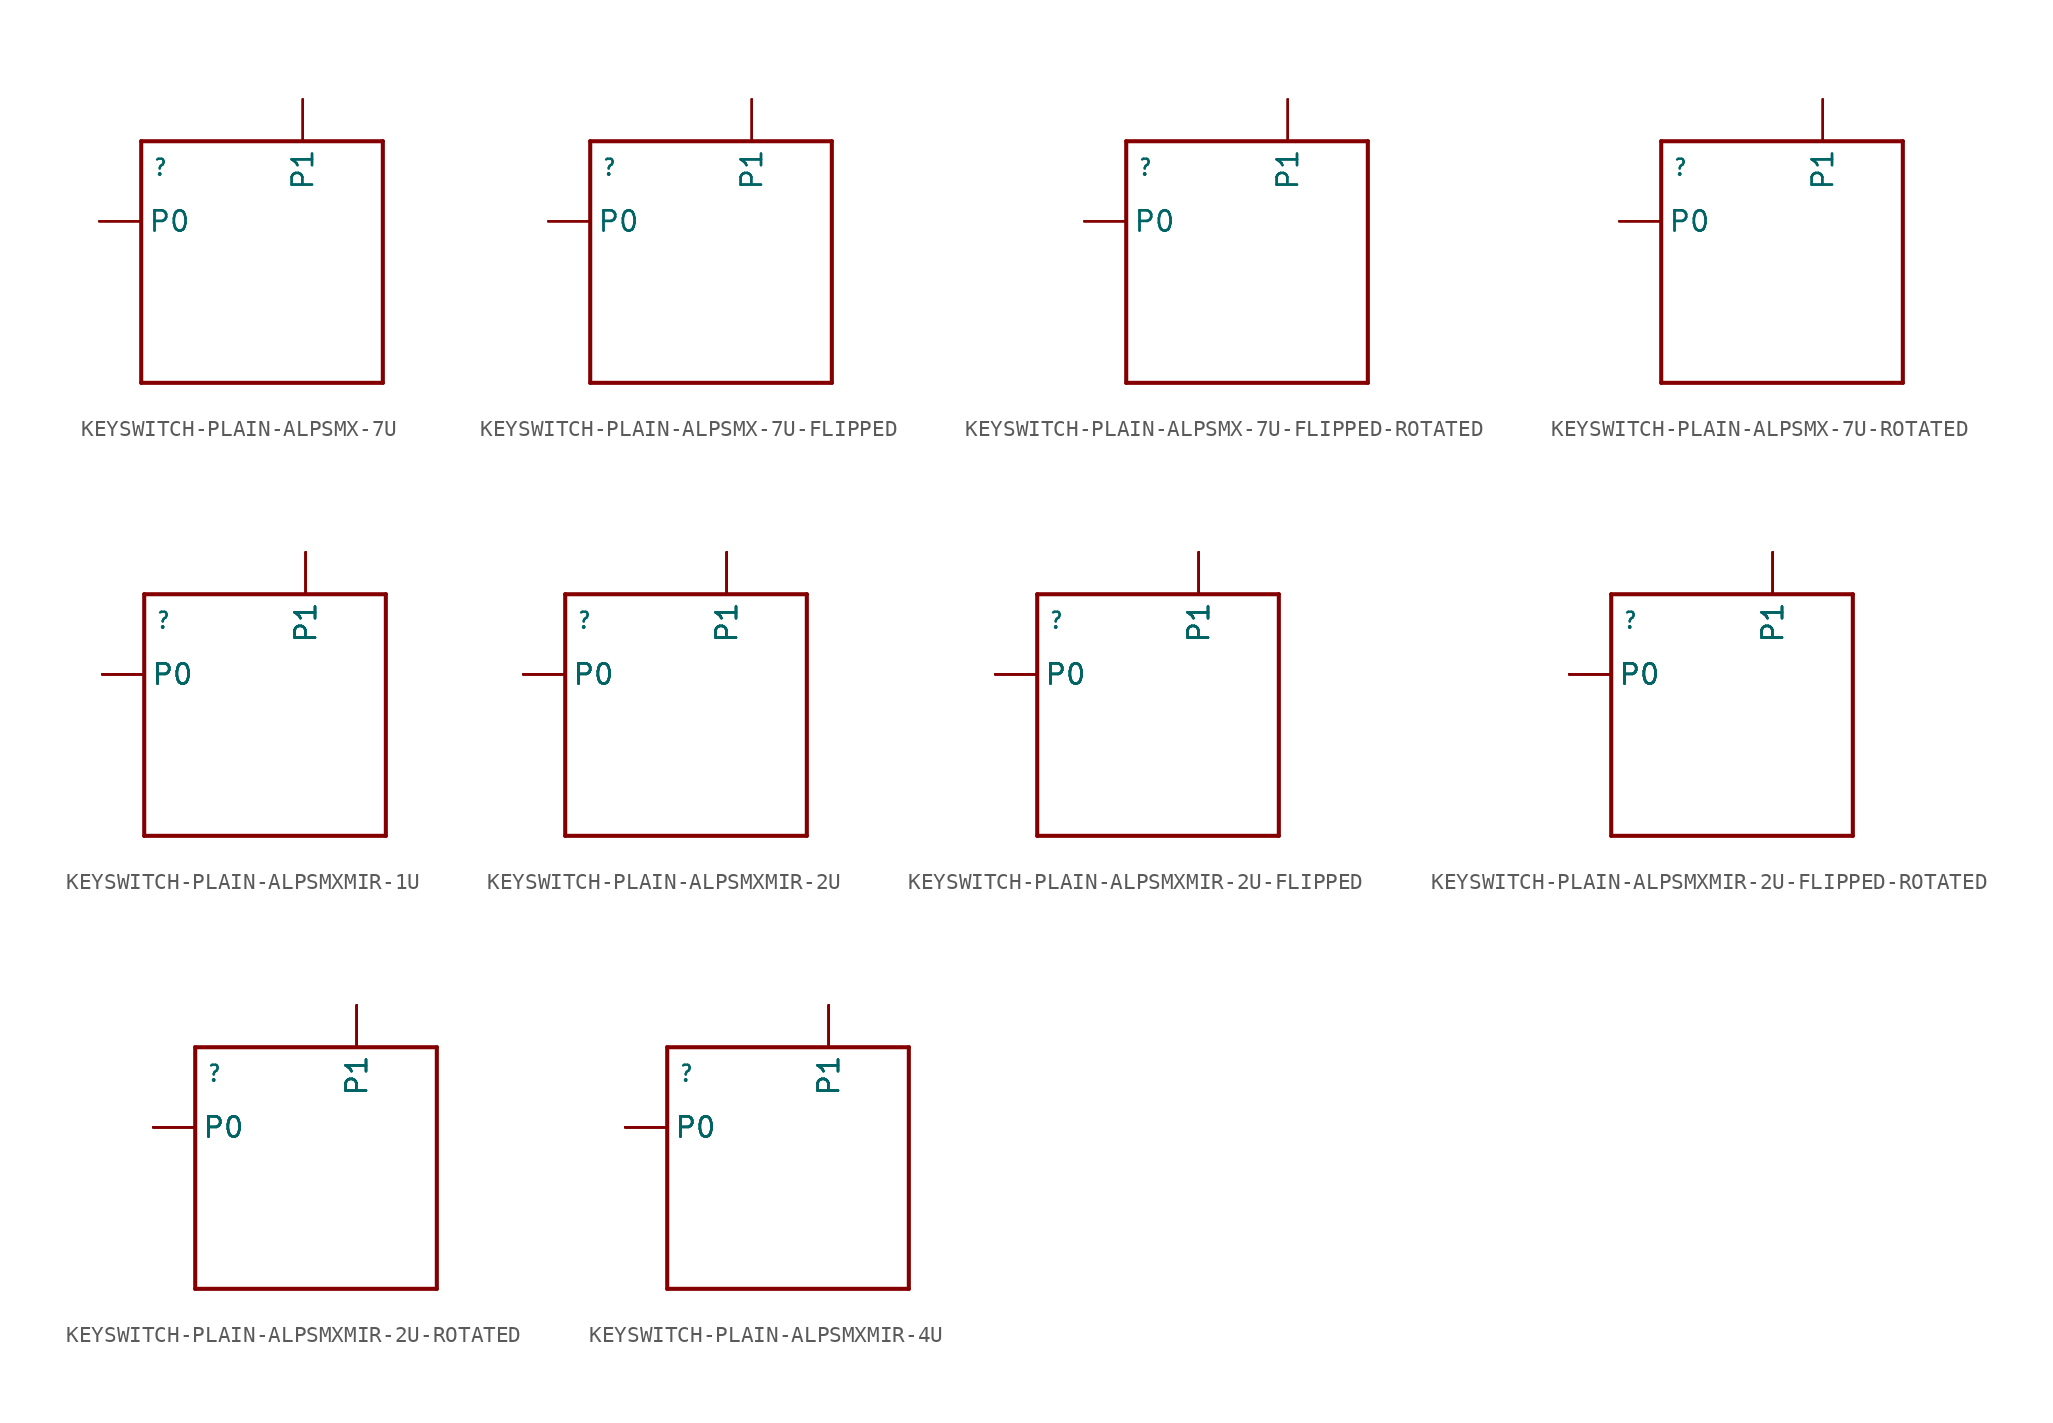
<source format=kicad_sym>
(kicad_symbol_lib
  (version 20211014)
  (generator kicad_symbol_editor)
  (symbol "KEYSWITCH-PLAIN-ALPSMX-7U"
    (property "Reference" ""
      (at -6.81 5.318 0)
      (effects (font (size 1 0.85)) (justify left bottom)))
    (property "ki_locked" ""
      (at 0 0 0)
      (effects (font (size 1.27 1.27))))
    (symbol "KEYSWITCH-PLAIN-ALPSMX-7U_1_0"
      (polyline (pts (xy -7.54 -7.54) (xy -7.54 7.54)) (stroke (width 0.254) (type default) (color 0 0 0 0)) (fill (type none)))
      (polyline (pts (xy -7.54 7.54) (xy 7.54 7.54)) (stroke (width 0.254) (type default) (color 0 0 0 0)) (fill (type none)))
      (polyline (pts (xy 7.54 -7.54) (xy -7.54 -7.54)) (stroke (width 0.254) (type default) (color 0 0 0 0)) (fill (type none)))
      (polyline (pts (xy 7.54 7.54) (xy 7.54 -7.54)) (stroke (width 0.254) (type default) (color 0 0 0 0)) (fill (type none)))
      (pin bidirectional line (at -10.16 2.54 0) (length 2.54) (name "P0" (effects (font (size 1.27 1.27)))) (number "ALPS1" (effects (font (size 0 0)))))
      (pin bidirectional line (at 2.54 10.16 270) (length 2.54) (name "P1" (effects (font (size 1.27 1.27)))) (number "ALPS2" (effects (font (size 0 0)))))
      (pin bidirectional line (at -10.16 2.54 0) (length 2.54) (name "P0" (effects (font (size 1.27 1.27)))) (number "MX1" (effects (font (size 0 0)))))
      (pin bidirectional line (at 2.54 10.16 270) (length 2.54) (name "P1" (effects (font (size 1.27 1.27)))) (number "MX2" (effects (font (size 0 0)))))))
  (symbol "KEYSWITCH-PLAIN-ALPSMX-7U-FLIPPED"
    (property "Reference" ""
      (at -6.81 5.318 0)
      (effects (font (size 1 0.85)) (justify left bottom)))
    (property "ki_locked" ""
      (at 0 0 0)
      (effects (font (size 1.27 1.27))))
    (symbol "KEYSWITCH-PLAIN-ALPSMX-7U-FLIPPED_1_0"
      (polyline (pts (xy -7.54 -7.54) (xy -7.54 7.54)) (stroke (width 0.254) (type default) (color 0 0 0 0)) (fill (type none)))
      (polyline (pts (xy -7.54 7.54) (xy 7.54 7.54)) (stroke (width 0.254) (type default) (color 0 0 0 0)) (fill (type none)))
      (polyline (pts (xy 7.54 -7.54) (xy -7.54 -7.54)) (stroke (width 0.254) (type default) (color 0 0 0 0)) (fill (type none)))
      (polyline (pts (xy 7.54 7.54) (xy 7.54 -7.54)) (stroke (width 0.254) (type default) (color 0 0 0 0)) (fill (type none)))
      (pin bidirectional line (at -10.16 2.54 0) (length 2.54) (name "P0" (effects (font (size 1.27 1.27)))) (number "ALPS1" (effects (font (size 0 0)))))
      (pin bidirectional line (at 2.54 10.16 270) (length 2.54) (name "P1" (effects (font (size 1.27 1.27)))) (number "ALPS2" (effects (font (size 0 0)))))
      (pin bidirectional line (at -10.16 2.54 0) (length 2.54) (name "P0" (effects (font (size 1.27 1.27)))) (number "MX1" (effects (font (size 0 0)))))
      (pin bidirectional line (at 2.54 10.16 270) (length 2.54) (name "P1" (effects (font (size 1.27 1.27)))) (number "MX2" (effects (font (size 0 0)))))))
  (symbol "KEYSWITCH-PLAIN-ALPSMX-7U-FLIPPED-ROTATED"
    (property "Reference" ""
      (at -6.81 5.318 0)
      (effects (font (size 1 0.85)) (justify left bottom)))
    (property "ki_locked" ""
      (at 0 0 0)
      (effects (font (size 1.27 1.27))))
    (symbol "KEYSWITCH-PLAIN-ALPSMX-7U-FLIPPED-ROTATED_1_0"
      (polyline (pts (xy -7.54 -7.54) (xy -7.54 7.54)) (stroke (width 0.254) (type default) (color 0 0 0 0)) (fill (type none)))
      (polyline (pts (xy -7.54 7.54) (xy 7.54 7.54)) (stroke (width 0.254) (type default) (color 0 0 0 0)) (fill (type none)))
      (polyline (pts (xy 7.54 -7.54) (xy -7.54 -7.54)) (stroke (width 0.254) (type default) (color 0 0 0 0)) (fill (type none)))
      (polyline (pts (xy 7.54 7.54) (xy 7.54 -7.54)) (stroke (width 0.254) (type default) (color 0 0 0 0)) (fill (type none)))
      (pin bidirectional line (at -10.16 2.54 0) (length 2.54) (name "P0" (effects (font (size 1.27 1.27)))) (number "ALPS1" (effects (font (size 0 0)))))
      (pin bidirectional line (at 2.54 10.16 270) (length 2.54) (name "P1" (effects (font (size 1.27 1.27)))) (number "ALPS2" (effects (font (size 0 0)))))
      (pin bidirectional line (at -10.16 2.54 0) (length 2.54) (name "P0" (effects (font (size 1.27 1.27)))) (number "MX1" (effects (font (size 0 0)))))
      (pin bidirectional line (at 2.54 10.16 270) (length 2.54) (name "P1" (effects (font (size 1.27 1.27)))) (number "MX2" (effects (font (size 0 0)))))))
  (symbol "KEYSWITCH-PLAIN-ALPSMX-7U-ROTATED"
    (property "Reference" ""
      (at -6.81 5.318 0)
      (effects (font (size 1 0.85)) (justify left bottom)))
    (property "ki_locked" ""
      (at 0 0 0)
      (effects (font (size 1.27 1.27))))
    (symbol "KEYSWITCH-PLAIN-ALPSMX-7U-ROTATED_1_0"
      (polyline (pts (xy -7.54 -7.54) (xy -7.54 7.54)) (stroke (width 0.254) (type default) (color 0 0 0 0)) (fill (type none)))
      (polyline (pts (xy -7.54 7.54) (xy 7.54 7.54)) (stroke (width 0.254) (type default) (color 0 0 0 0)) (fill (type none)))
      (polyline (pts (xy 7.54 -7.54) (xy -7.54 -7.54)) (stroke (width 0.254) (type default) (color 0 0 0 0)) (fill (type none)))
      (polyline (pts (xy 7.54 7.54) (xy 7.54 -7.54)) (stroke (width 0.254) (type default) (color 0 0 0 0)) (fill (type none)))
      (pin bidirectional line (at -10.16 2.54 0) (length 2.54) (name "P0" (effects (font (size 1.27 1.27)))) (number "ALPS1" (effects (font (size 0 0)))))
      (pin bidirectional line (at 2.54 10.16 270) (length 2.54) (name "P1" (effects (font (size 1.27 1.27)))) (number "ALPS2" (effects (font (size 0 0)))))
      (pin bidirectional line (at -10.16 2.54 0) (length 2.54) (name "P0" (effects (font (size 1.27 1.27)))) (number "MX1" (effects (font (size 0 0)))))
      (pin bidirectional line (at 2.54 10.16 270) (length 2.54) (name "P1" (effects (font (size 1.27 1.27)))) (number "MX2" (effects (font (size 0 0)))))))
  (symbol "KEYSWITCH-PLAIN-ALPSMXMIR-1U"
    (property "Reference" ""
      (at -6.81 5.318 0)
      (effects (font (size 1 0.85)) (justify left bottom)))
    (property "ki_locked" ""
      (at 0 0 0)
      (effects (font (size 1.27 1.27))))
    (symbol "KEYSWITCH-PLAIN-ALPSMXMIR-1U_1_0"
      (polyline (pts (xy -7.54 -7.54) (xy -7.54 7.54)) (stroke (width 0.254) (type default) (color 0 0 0 0)) (fill (type none)))
      (polyline (pts (xy -7.54 7.54) (xy 7.54 7.54)) (stroke (width 0.254) (type default) (color 0 0 0 0)) (fill (type none)))
      (polyline (pts (xy 7.54 -7.54) (xy -7.54 -7.54)) (stroke (width 0.254) (type default) (color 0 0 0 0)) (fill (type none)))
      (polyline (pts (xy 7.54 7.54) (xy 7.54 -7.54)) (stroke (width 0.254) (type default) (color 0 0 0 0)) (fill (type none)))
      (pin bidirectional line (at -10.16 2.54 0) (length 2.54) (name "P0" (effects (font (size 1.27 1.27)))) (number "ALPS1" (effects (font (size 0 0)))))
      (pin bidirectional line (at 2.54 10.16 270) (length 2.54) (name "P1" (effects (font (size 1.27 1.27)))) (number "ALPS2" (effects (font (size 0 0)))))
      (pin bidirectional line (at -10.16 2.54 0) (length 2.54) (name "P0" (effects (font (size 1.27 1.27)))) (number "ALPS3" (effects (font (size 0 0)))))
      (pin bidirectional line (at 2.54 10.16 270) (length 2.54) (name "P1" (effects (font (size 1.27 1.27)))) (number "ALPS4" (effects (font (size 0 0)))))
      (pin bidirectional line (at -10.16 2.54 0) (length 2.54) (name "P0" (effects (font (size 1.27 1.27)))) (number "MX1" (effects (font (size 0 0)))))
      (pin bidirectional line (at 2.54 10.16 270) (length 2.54) (name "P1" (effects (font (size 1.27 1.27)))) (number "MX2" (effects (font (size 0 0)))))
      (pin bidirectional line (at -10.16 2.54 0) (length 2.54) (name "P0" (effects (font (size 1.27 1.27)))) (number "MX3" (effects (font (size 0 0)))))
      (pin bidirectional line (at 2.54 10.16 270) (length 2.54) (name "P1" (effects (font (size 1.27 1.27)))) (number "MX4" (effects (font (size 0 0)))))))
  (symbol "KEYSWITCH-PLAIN-ALPSMXMIR-2U"
    (property "Reference" ""
      (at -6.81 5.318 0)
      (effects (font (size 1 0.85)) (justify left bottom)))
    (property "ki_locked" ""
      (at 0 0 0)
      (effects (font (size 1.27 1.27))))
    (symbol "KEYSWITCH-PLAIN-ALPSMXMIR-2U_1_0"
      (polyline (pts (xy -7.54 -7.54) (xy -7.54 7.54)) (stroke (width 0.254) (type default) (color 0 0 0 0)) (fill (type none)))
      (polyline (pts (xy -7.54 7.54) (xy 7.54 7.54)) (stroke (width 0.254) (type default) (color 0 0 0 0)) (fill (type none)))
      (polyline (pts (xy 7.54 -7.54) (xy -7.54 -7.54)) (stroke (width 0.254) (type default) (color 0 0 0 0)) (fill (type none)))
      (polyline (pts (xy 7.54 7.54) (xy 7.54 -7.54)) (stroke (width 0.254) (type default) (color 0 0 0 0)) (fill (type none)))
      (pin bidirectional line (at -10.16 2.54 0) (length 2.54) (name "P0" (effects (font (size 1.27 1.27)))) (number "ALPS1" (effects (font (size 0 0)))))
      (pin bidirectional line (at 2.54 10.16 270) (length 2.54) (name "P1" (effects (font (size 1.27 1.27)))) (number "ALPS2" (effects (font (size 0 0)))))
      (pin bidirectional line (at -10.16 2.54 0) (length 2.54) (name "P0" (effects (font (size 1.27 1.27)))) (number "ALPS3" (effects (font (size 0 0)))))
      (pin bidirectional line (at 2.54 10.16 270) (length 2.54) (name "P1" (effects (font (size 1.27 1.27)))) (number "ALPS4" (effects (font (size 0 0)))))
      (pin bidirectional line (at -10.16 2.54 0) (length 2.54) (name "P0" (effects (font (size 1.27 1.27)))) (number "MX1" (effects (font (size 0 0)))))
      (pin bidirectional line (at 2.54 10.16 270) (length 2.54) (name "P1" (effects (font (size 1.27 1.27)))) (number "MX2" (effects (font (size 0 0)))))
      (pin bidirectional line (at -10.16 2.54 0) (length 2.54) (name "P0" (effects (font (size 1.27 1.27)))) (number "MX3" (effects (font (size 0 0)))))
      (pin bidirectional line (at 2.54 10.16 270) (length 2.54) (name "P1" (effects (font (size 1.27 1.27)))) (number "MX4" (effects (font (size 0 0)))))))
  (symbol "KEYSWITCH-PLAIN-ALPSMXMIR-2U-FLIPPED"
    (property "Reference" ""
      (at -6.81 5.318 0)
      (effects (font (size 1 0.85)) (justify left bottom)))
    (property "ki_locked" ""
      (at 0 0 0)
      (effects (font (size 1.27 1.27))))
    (symbol "KEYSWITCH-PLAIN-ALPSMXMIR-2U-FLIPPED_1_0"
      (polyline (pts (xy -7.54 -7.54) (xy -7.54 7.54)) (stroke (width 0.254) (type default) (color 0 0 0 0)) (fill (type none)))
      (polyline (pts (xy -7.54 7.54) (xy 7.54 7.54)) (stroke (width 0.254) (type default) (color 0 0 0 0)) (fill (type none)))
      (polyline (pts (xy 7.54 -7.54) (xy -7.54 -7.54)) (stroke (width 0.254) (type default) (color 0 0 0 0)) (fill (type none)))
      (polyline (pts (xy 7.54 7.54) (xy 7.54 -7.54)) (stroke (width 0.254) (type default) (color 0 0 0 0)) (fill (type none)))
      (pin bidirectional line (at -10.16 2.54 0) (length 2.54) (name "P0" (effects (font (size 1.27 1.27)))) (number "ALPS1" (effects (font (size 0 0)))))
      (pin bidirectional line (at 2.54 10.16 270) (length 2.54) (name "P1" (effects (font (size 1.27 1.27)))) (number "ALPS2" (effects (font (size 0 0)))))
      (pin bidirectional line (at -10.16 2.54 0) (length 2.54) (name "P0" (effects (font (size 1.27 1.27)))) (number "ALPS3" (effects (font (size 0 0)))))
      (pin bidirectional line (at 2.54 10.16 270) (length 2.54) (name "P1" (effects (font (size 1.27 1.27)))) (number "ALPS4" (effects (font (size 0 0)))))
      (pin bidirectional line (at -10.16 2.54 0) (length 2.54) (name "P0" (effects (font (size 1.27 1.27)))) (number "MX1" (effects (font (size 0 0)))))
      (pin bidirectional line (at 2.54 10.16 270) (length 2.54) (name "P1" (effects (font (size 1.27 1.27)))) (number "MX2" (effects (font (size 0 0)))))
      (pin bidirectional line (at -10.16 2.54 0) (length 2.54) (name "P0" (effects (font (size 1.27 1.27)))) (number "MX3" (effects (font (size 0 0)))))
      (pin bidirectional line (at 2.54 10.16 270) (length 2.54) (name "P1" (effects (font (size 1.27 1.27)))) (number "MX4" (effects (font (size 0 0)))))))
  (symbol "KEYSWITCH-PLAIN-ALPSMXMIR-2U-FLIPPED-ROTATED"
    (property "Reference" ""
      (at -6.81 5.318 0)
      (effects (font (size 1 0.85)) (justify left bottom)))
    (property "ki_locked" ""
      (at 0 0 0)
      (effects (font (size 1.27 1.27))))
    (symbol "KEYSWITCH-PLAIN-ALPSMXMIR-2U-FLIPPED-ROTATED_1_0"
      (polyline (pts (xy -7.54 -7.54) (xy -7.54 7.54)) (stroke (width 0.254) (type default) (color 0 0 0 0)) (fill (type none)))
      (polyline (pts (xy -7.54 7.54) (xy 7.54 7.54)) (stroke (width 0.254) (type default) (color 0 0 0 0)) (fill (type none)))
      (polyline (pts (xy 7.54 -7.54) (xy -7.54 -7.54)) (stroke (width 0.254) (type default) (color 0 0 0 0)) (fill (type none)))
      (polyline (pts (xy 7.54 7.54) (xy 7.54 -7.54)) (stroke (width 0.254) (type default) (color 0 0 0 0)) (fill (type none)))
      (pin bidirectional line (at -10.16 2.54 0) (length 2.54) (name "P0" (effects (font (size 1.27 1.27)))) (number "ALPS1" (effects (font (size 0 0)))))
      (pin bidirectional line (at 2.54 10.16 270) (length 2.54) (name "P1" (effects (font (size 1.27 1.27)))) (number "ALPS2" (effects (font (size 0 0)))))
      (pin bidirectional line (at -10.16 2.54 0) (length 2.54) (name "P0" (effects (font (size 1.27 1.27)))) (number "ALPS3" (effects (font (size 0 0)))))
      (pin bidirectional line (at 2.54 10.16 270) (length 2.54) (name "P1" (effects (font (size 1.27 1.27)))) (number "ALPS4" (effects (font (size 0 0)))))
      (pin bidirectional line (at -10.16 2.54 0) (length 2.54) (name "P0" (effects (font (size 1.27 1.27)))) (number "MX1" (effects (font (size 0 0)))))
      (pin bidirectional line (at 2.54 10.16 270) (length 2.54) (name "P1" (effects (font (size 1.27 1.27)))) (number "MX2" (effects (font (size 0 0)))))
      (pin bidirectional line (at -10.16 2.54 0) (length 2.54) (name "P0" (effects (font (size 1.27 1.27)))) (number "MX3" (effects (font (size 0 0)))))
      (pin bidirectional line (at 2.54 10.16 270) (length 2.54) (name "P1" (effects (font (size 1.27 1.27)))) (number "MX4" (effects (font (size 0 0)))))))
  (symbol "KEYSWITCH-PLAIN-ALPSMXMIR-2U-ROTATED"
    (property "Reference" ""
      (at -6.81 5.318 0)
      (effects (font (size 1 0.85)) (justify left bottom)))
    (property "ki_locked" ""
      (at 0 0 0)
      (effects (font (size 1.27 1.27))))
    (symbol "KEYSWITCH-PLAIN-ALPSMXMIR-2U-ROTATED_1_0"
      (polyline (pts (xy -7.54 -7.54) (xy -7.54 7.54)) (stroke (width 0.254) (type default) (color 0 0 0 0)) (fill (type none)))
      (polyline (pts (xy -7.54 7.54) (xy 7.54 7.54)) (stroke (width 0.254) (type default) (color 0 0 0 0)) (fill (type none)))
      (polyline (pts (xy 7.54 -7.54) (xy -7.54 -7.54)) (stroke (width 0.254) (type default) (color 0 0 0 0)) (fill (type none)))
      (polyline (pts (xy 7.54 7.54) (xy 7.54 -7.54)) (stroke (width 0.254) (type default) (color 0 0 0 0)) (fill (type none)))
      (pin bidirectional line (at -10.16 2.54 0) (length 2.54) (name "P0" (effects (font (size 1.27 1.27)))) (number "ALPS1" (effects (font (size 0 0)))))
      (pin bidirectional line (at 2.54 10.16 270) (length 2.54) (name "P1" (effects (font (size 1.27 1.27)))) (number "ALPS2" (effects (font (size 0 0)))))
      (pin bidirectional line (at -10.16 2.54 0) (length 2.54) (name "P0" (effects (font (size 1.27 1.27)))) (number "ALPS3" (effects (font (size 0 0)))))
      (pin bidirectional line (at 2.54 10.16 270) (length 2.54) (name "P1" (effects (font (size 1.27 1.27)))) (number "ALPS4" (effects (font (size 0 0)))))
      (pin bidirectional line (at -10.16 2.54 0) (length 2.54) (name "P0" (effects (font (size 1.27 1.27)))) (number "MX1" (effects (font (size 0 0)))))
      (pin bidirectional line (at 2.54 10.16 270) (length 2.54) (name "P1" (effects (font (size 1.27 1.27)))) (number "MX2" (effects (font (size 0 0)))))
      (pin bidirectional line (at -10.16 2.54 0) (length 2.54) (name "P0" (effects (font (size 1.27 1.27)))) (number "MX3" (effects (font (size 0 0)))))
      (pin bidirectional line (at 2.54 10.16 270) (length 2.54) (name "P1" (effects (font (size 1.27 1.27)))) (number "MX4" (effects (font (size 0 0)))))))
  (symbol "KEYSWITCH-PLAIN-ALPSMXMIR-4U"
    (property "Reference" ""
      (at -6.81 5.318 0)
      (effects (font (size 1 0.85)) (justify left bottom)))
    (property "ki_locked" ""
      (at 0 0 0)
      (effects (font (size 1.27 1.27))))
    (symbol "KEYSWITCH-PLAIN-ALPSMXMIR-4U_1_0"
      (polyline (pts (xy -7.54 -7.54) (xy -7.54 7.54)) (stroke (width 0.254) (type default) (color 0 0 0 0)) (fill (type none)))
      (polyline (pts (xy -7.54 7.54) (xy 7.54 7.54)) (stroke (width 0.254) (type default) (color 0 0 0 0)) (fill (type none)))
      (polyline (pts (xy 7.54 -7.54) (xy -7.54 -7.54)) (stroke (width 0.254) (type default) (color 0 0 0 0)) (fill (type none)))
      (polyline (pts (xy 7.54 7.54) (xy 7.54 -7.54)) (stroke (width 0.254) (type default) (color 0 0 0 0)) (fill (type none)))
      (pin bidirectional line (at -10.16 2.54 0) (length 2.54) (name "P0" (effects (font (size 1.27 1.27)))) (number "ALPS1" (effects (font (size 0 0)))))
      (pin bidirectional line (at 2.54 10.16 270) (length 2.54) (name "P1" (effects (font (size 1.27 1.27)))) (number "ALPS2" (effects (font (size 0 0)))))
      (pin bidirectional line (at -10.16 2.54 0) (length 2.54) (name "P0" (effects (font (size 1.27 1.27)))) (number "ALPS3" (effects (font (size 0 0)))))
      (pin bidirectional line (at 2.54 10.16 270) (length 2.54) (name "P1" (effects (font (size 1.27 1.27)))) (number "ALPS4" (effects (font (size 0 0)))))
      (pin bidirectional line (at -10.16 2.54 0) (length 2.54) (name "P0" (effects (font (size 1.27 1.27)))) (number "MX1" (effects (font (size 0 0)))))
      (pin bidirectional line (at 2.54 10.16 270) (length 2.54) (name "P1" (effects (font (size 1.27 1.27)))) (number "MX2" (effects (font (size 0 0)))))
      (pin bidirectional line (at -10.16 2.54 0) (length 2.54) (name "P0" (effects (font (size 1.27 1.27)))) (number "MX3" (effects (font (size 0 0)))))
      (pin bidirectional line (at 2.54 10.16 270) (length 2.54) (name "P1" (effects (font (size 1.27 1.27)))) (number "MX4" (effects (font (size 0 0))))))))
</source>
